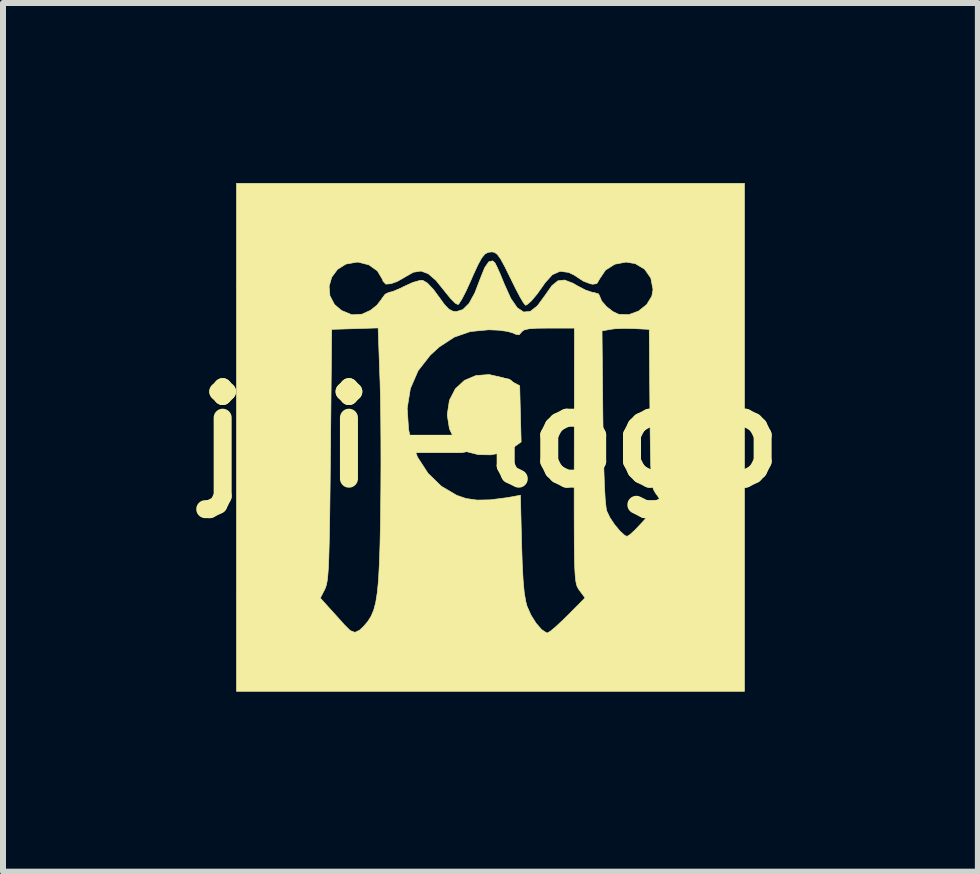
<source format=kicad_pcb>
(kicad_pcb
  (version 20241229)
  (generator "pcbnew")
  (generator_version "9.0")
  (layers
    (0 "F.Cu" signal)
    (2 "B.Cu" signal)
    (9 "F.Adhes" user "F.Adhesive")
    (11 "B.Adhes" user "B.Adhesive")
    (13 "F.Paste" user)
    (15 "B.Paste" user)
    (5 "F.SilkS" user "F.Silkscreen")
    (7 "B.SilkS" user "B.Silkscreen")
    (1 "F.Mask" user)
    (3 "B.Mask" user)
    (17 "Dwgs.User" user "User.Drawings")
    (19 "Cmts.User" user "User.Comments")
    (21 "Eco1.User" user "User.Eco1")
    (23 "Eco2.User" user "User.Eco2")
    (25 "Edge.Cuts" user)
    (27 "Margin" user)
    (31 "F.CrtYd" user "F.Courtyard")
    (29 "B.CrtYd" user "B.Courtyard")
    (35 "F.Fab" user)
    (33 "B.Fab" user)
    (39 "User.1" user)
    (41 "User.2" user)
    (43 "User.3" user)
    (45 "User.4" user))
  (footprint "jqi-logo"
    (layer "F.Cu")
    (at 5.124 4.238)
    (property "Reference" "jqi-logo" (at 0 0 0) (layer "F.SilkS") (effects (font (size 1.524 1.524) (thickness 0.3))))
    (attr through_hole)
    (fp_poly (pts (xy 0.215 -0.992) (xy 0.328 -0.942) (xy 0.487 -0.86) (xy 0.511 0.077) (xy 0.373 0.175) (xy 0.207 0.254) (xy 0.006 0.292) (xy -0.201 0.289) (xy -0.381 0.244) (xy -0.454 0.204) (xy -0.592 0.057) (xy -0.684 -0.143) (xy -0.72 -0.37) (xy -0.72 -0.38) (xy -0.684 -0.617) (xy -0.585 -0.809) (xy -0.435 -0.948) (xy -0.244 -1.029) (xy -0.023 -1.046) (xy 0.215 -0.992)) (stroke (width 0.01) (type solid)) (fill yes) (layer "F.SilkS"))
    (fp_poly (pts (xy 4.233 4.233) (xy -4.233 4.233) (xy -4.233 2.679) (xy -2.836 2.679) (xy -2.698 2.832) (xy -2.582 2.96) (xy -2.465 3.09) (xy -2.437 3.122) (xy -2.337 3.221) (xy -2.259 3.251) (xy -2.181 3.214) (xy -2.107 3.143) (xy -2.042 3.066) (xy -1.989 2.981) (xy -1.946 2.879) (xy -1.912 2.751) (xy -1.886 2.586) (xy -1.866 2.377) (xy -1.852 2.114) (xy -1.841 1.788) (xy -1.833 1.39) (xy -1.831 1.228) (xy -1.827 0.846) (xy -1.825 0.443) (xy -1.826 0.041) (xy -1.829 -0.34) (xy -1.831 -0.484) (xy -1.388 -0.484) (xy -1.365 -0.131) (xy -1.332 0.023) (xy -1.215 0.332) (xy -1.04 0.601) (xy -0.818 0.816) (xy -0.56 0.968) (xy -0.406 1.02) (xy -0.225 1.046) (xy -0.006 1.042) (xy 0.268 1.007) (xy 0.366 0.99) (xy 0.499 0.965) (xy 0.519 1.784) (xy 0.53 2.119) (xy 0.544 2.38) (xy 0.562 2.579) (xy 0.586 2.726) (xy 0.609 2.814) (xy 0.674 2.961) (xy 0.76 3.098) (xy 0.852 3.204) (xy 0.933 3.257) (xy 0.951 3.26) (xy 0.999 3.231) (xy 1.09 3.155) (xy 1.209 3.044) (xy 1.286 2.968) (xy 1.576 2.676) (xy 1.484 2.552) (xy 1.464 2.523) (xy 1.446 2.491) (xy 1.432 2.449) (xy 1.421 2.39) (xy 1.412 2.305) (xy 1.405 2.189) (xy 1.4 2.034) (xy 1.397 1.832) (xy 1.396 1.576) (xy 1.395 1.259) (xy 1.395 0.873) (xy 1.396 0.412) (xy 1.396 0.304) (xy 1.399 -1.773) (xy 1.859 -1.773) (xy 1.873 -0.347) (xy 1.88 0.125) (xy 1.889 0.514) (xy 1.9 0.822) (xy 1.913 1.046) (xy 1.929 1.187) (xy 1.938 1.228) (xy 1.99 1.337) (xy 2.07 1.457) (xy 2.159 1.563) (xy 2.238 1.635) (xy 2.277 1.651) (xy 2.324 1.622) (xy 2.407 1.546) (xy 2.502 1.446) (xy 2.648 1.287) (xy 2.745 1.178) (xy 2.8 1.106) (xy 2.82 1.057) (xy 2.813 1.018) (xy 2.784 0.975) (xy 2.757 0.939) (xy 2.732 0.9) (xy 2.712 0.856) (xy 2.696 0.796) (xy 2.685 0.711) (xy 2.676 0.592) (xy 2.669 0.428) (xy 2.665 0.21) (xy 2.661 -0.072) (xy 2.658 -0.427) (xy 2.657 -0.492) (xy 2.646 -1.799) (xy 2.392 -1.812) (xy 2.226 -1.815) (xy 2.073 -1.809) (xy 1.998 -1.799) (xy 1.859 -1.773) (xy 1.399 -1.773) (xy 1.399 -1.82) (xy 0.977 -1.82) (xy 0.776 -1.818) (xy 0.644 -1.809) (xy 0.565 -1.791) (xy 0.524 -1.763) (xy 0.516 -1.752) (xy 0.476 -1.708) (xy 0.415 -1.719) (xy 0.377 -1.738) (xy 0.284 -1.765) (xy 0.139 -1.785) (xy -0.029 -1.792) (xy -0.032 -1.792) (xy -0.334 -1.763) (xy -0.601 -1.671) (xy -0.851 -1.508) (xy -1.003 -1.37) (xy -1.206 -1.11) (xy -1.335 -0.812) (xy -1.388 -0.484) (xy -1.831 -0.484) (xy -1.834 -0.68) (xy -1.841 -0.956) (xy -1.842 -0.965) (xy -1.872 -1.823) (xy -2.259 -1.811) (xy -2.646 -1.799) (xy -2.667 0.296) (xy -2.672 0.777) (xy -2.677 1.18) (xy -2.682 1.513) (xy -2.688 1.783) (xy -2.694 1.999) (xy -2.701 2.166) (xy -2.71 2.293) (xy -2.72 2.386) (xy -2.733 2.454) (xy -2.748 2.503) (xy -2.762 2.535) (xy -2.836 2.679) (xy -4.233 2.679) (xy -4.233 -2.517) (xy -2.689 -2.517) (xy -2.676 -2.36) (xy -2.6 -2.214) (xy -2.483 -2.114) (xy -2.309 -2.042) (xy -2.141 -2.052) (xy -1.999 -2.117) (xy -1.893 -2.201) (xy -1.818 -2.297) (xy -1.813 -2.307) (xy -1.755 -2.385) (xy -1.697 -2.413) (xy -1.623 -2.432) (xy -1.507 -2.481) (xy -1.426 -2.521) (xy -1.294 -2.581) (xy -1.178 -2.614) (xy -1.13 -2.617) (xy -1.052 -2.571) (xy -0.949 -2.462) (xy -0.866 -2.349) (xy -0.767 -2.213) (xy -0.693 -2.135) (xy -0.625 -2.101) (xy -0.57 -2.095) (xy -0.46 -2.129) (xy -0.357 -2.231) (xy -0.26 -2.408) (xy -0.17 -2.644) (xy -0.097 -2.826) (xy -0.029 -2.925) (xy 0.036 -2.941) (xy 0.074 -2.908) (xy 0.106 -2.846) (xy 0.159 -2.728) (xy 0.22 -2.579) (xy 0.231 -2.552) (xy 0.339 -2.314) (xy 0.446 -2.159) (xy 0.553 -2.088) (xy 0.664 -2.099) (xy 0.782 -2.191) (xy 0.909 -2.364) (xy 0.914 -2.371) (xy 1.024 -2.528) (xy 1.125 -2.609) (xy 1.235 -2.621) (xy 1.374 -2.568) (xy 1.46 -2.518) (xy 1.584 -2.454) (xy 1.693 -2.417) (xy 1.725 -2.413) (xy 1.801 -2.39) (xy 1.82 -2.351) (xy 1.854 -2.27) (xy 1.937 -2.176) (xy 2.043 -2.094) (xy 2.139 -2.049) (xy 2.307 -2.045) (xy 2.468 -2.104) (xy 2.603 -2.212) (xy 2.689 -2.352) (xy 2.709 -2.464) (xy 2.672 -2.654) (xy 2.569 -2.802) (xy 2.412 -2.895) (xy 2.26 -2.92) (xy 2.073 -2.885) (xy 1.918 -2.787) (xy 1.818 -2.64) (xy 1.817 -2.636) (xy 1.773 -2.562) (xy 1.704 -2.551) (xy 1.661 -2.56) (xy 1.55 -2.602) (xy 1.482 -2.646) (xy 1.394 -2.704) (xy 1.302 -2.748) (xy 1.16 -2.767) (xy 1.031 -2.71) (xy 0.906 -2.571) (xy 0.891 -2.548) (xy 0.779 -2.39) (xy 0.68 -2.272) (xy 0.606 -2.209) (xy 0.585 -2.201) (xy 0.553 -2.237) (xy 0.495 -2.335) (xy 0.419 -2.479) (xy 0.337 -2.646) (xy 0.241 -2.84) (xy 0.171 -2.97) (xy 0.116 -3.046) (xy 0.069 -3.082) (xy 0.025 -3.09) (xy -0.039 -3.083) (xy -0.093 -3.054) (xy -0.146 -2.989) (xy -0.208 -2.877) (xy -0.288 -2.704) (xy -0.333 -2.6) (xy -0.407 -2.438) (xy -0.474 -2.308) (xy -0.524 -2.228) (xy -0.541 -2.212) (xy -0.587 -2.235) (xy -0.664 -2.313) (xy -0.756 -2.426) (xy -0.758 -2.429) (xy -0.908 -2.615) (xy -1.038 -2.727) (xy -1.158 -2.771) (xy -1.284 -2.751) (xy -1.426 -2.671) (xy -1.439 -2.662) (xy -1.557 -2.596) (xy -1.658 -2.56) (xy -1.745 -2.553) (xy -1.79 -2.602) (xy -1.8 -2.632) (xy -1.884 -2.773) (xy -2.026 -2.874) (xy -2.202 -2.919) (xy -2.227 -2.919) (xy -2.409 -2.887) (xy -2.55 -2.798) (xy -2.646 -2.668) (xy -2.689 -2.517) (xy -4.233 -2.517) (xy -4.233 -4.233) (xy 4.233 -4.233) (xy 4.233 4.233)) (stroke (width 0.01) (type solid)) (fill yes) (layer "F.SilkS")))
  (gr_rect
    (start -3 -3)
    (end 13.247 11.477)
    (stroke (width 0.1) (type default))
    (fill no)
    (layer "Edge.Cuts")))
</source>
